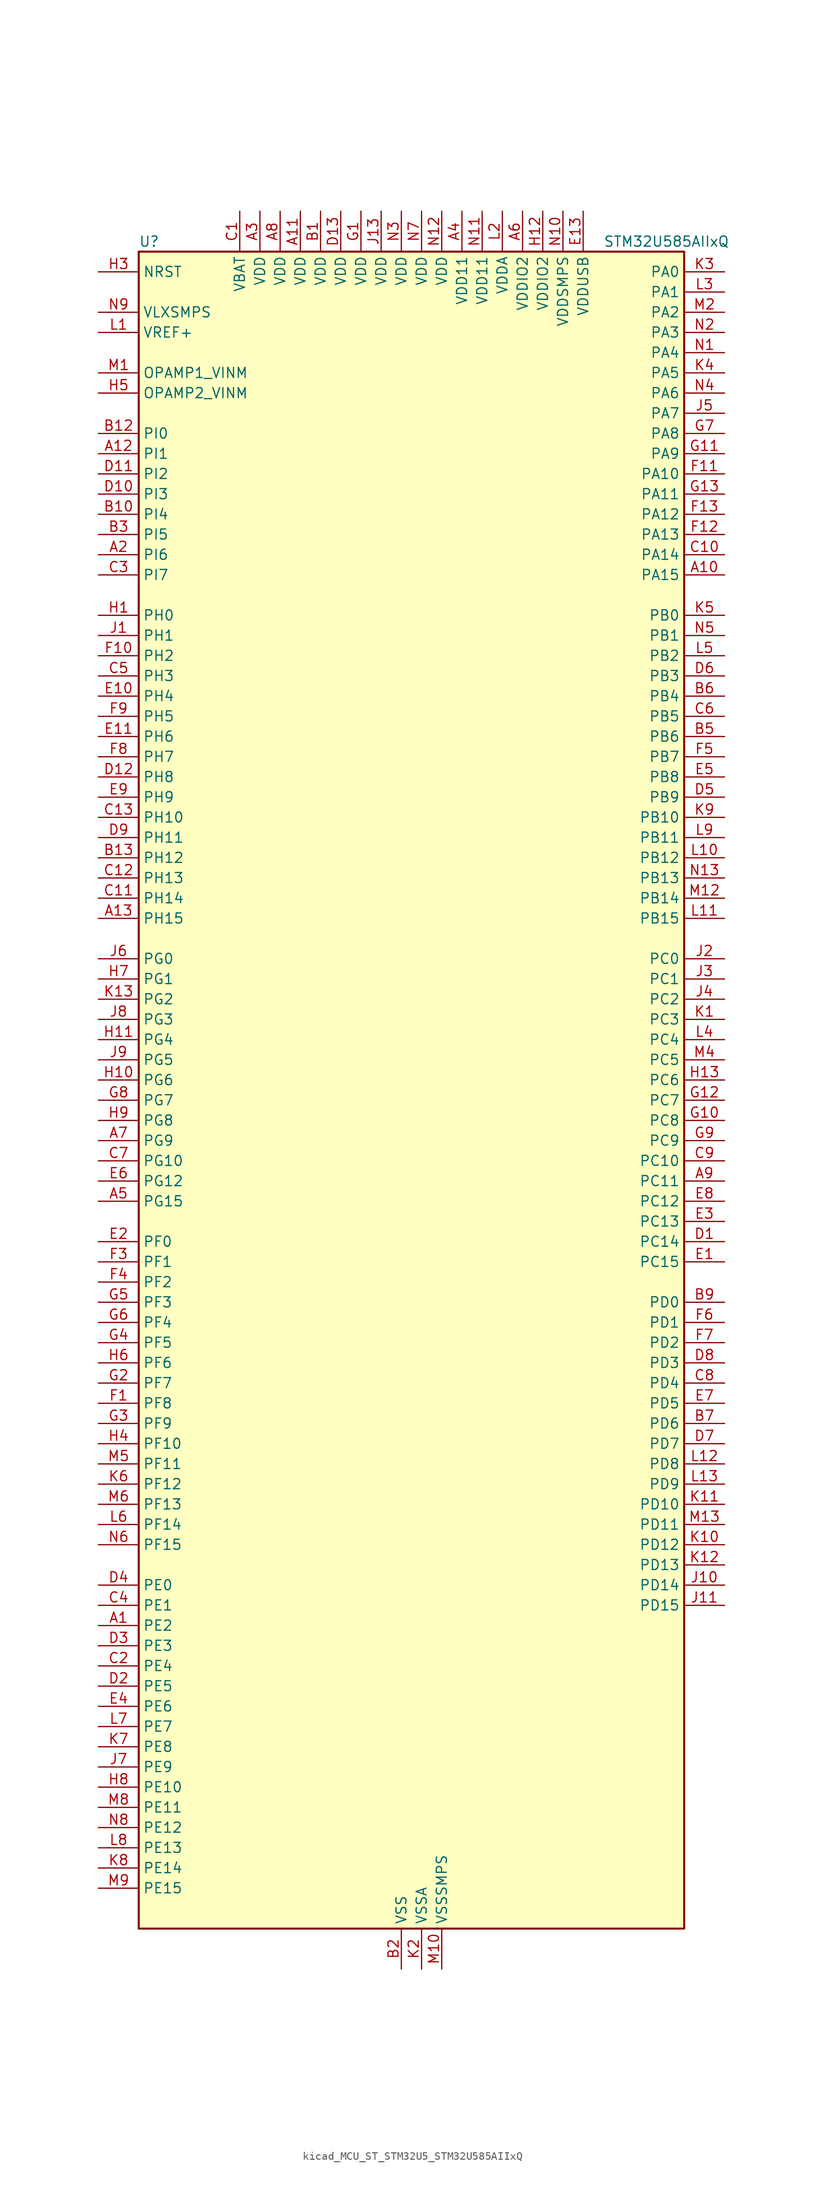
<source format=kicad_sym>
(kicad_symbol_lib
  (version 20220914)
  (generator kicad_symbol_editor)
  (symbol "kicad_MCU_ST_STM32U5_STM32U585AIIxQ"
    (property "Reference" "U"
      (at -33.02 107.95 0)
      (effects (font (size 1.27 1.27)) (justify left)))
    (property "Value" "STM32U585AIIxQ"
      (at 25.4 107.95 0)
      (effects (font (size 1.27 1.27)) (justify left)))
    (property "ki_locked" ""
      (at 0 0 0)
      (effects (font (size 1.27 1.27))))
    (symbol "kicad_MCU_ST_STM32U5_STM32U585AIIxQ_0_1"
      (rectangle (start -33.02 -104.14) (end 35.56 106.68) (stroke (width 0.254) (type default)) (fill (type background))))
    (symbol "kicad_MCU_ST_STM32U5_STM32U585AIIxQ_1_1"
      (pin bidirectional line (at -38.1 -66.04 0) (length 5.08) (name "PE2" (effects (font (size 1.27 1.27)))) (number "A1" (effects (font (size 1.27 1.27)))) (alternate "DEBUG_TRACECLK" bidirectional line) (alternate "FMC_A23" bidirectional line) (alternate "SAI1_CK1" bidirectional line) (alternate "SAI1_MCLK_A" bidirectional line) (alternate "TIM3_ETR" bidirectional line) (alternate "TSC_G7_IO1" bidirectional line))
      (pin bidirectional line (at 40.64 66.04 180) (length 5.08) (name "PA15" (effects (font (size 1.27 1.27)))) (number "A10" (effects (font (size 1.27 1.27)))) (alternate "ADC1_EXTI15" bidirectional line) (alternate "ADC4_EXTI15" bidirectional line) (alternate "DEBUG_JTDI" bidirectional line) (alternate "SAI2_FS_B" bidirectional line) (alternate "SPI1_NSS" bidirectional line) (alternate "SPI3_NSS" bidirectional line) (alternate "TIM2_CH1" bidirectional line) (alternate "TIM2_ETR" bidirectional line) (alternate "UART4_DE" bidirectional line) (alternate "UART4_RTS" bidirectional line) (alternate "UCPD1_CC1" bidirectional line) (alternate "USART2_RX" bidirectional line) (alternate "USART3_DE" bidirectional line) (alternate "USART3_RTS" bidirectional line))
      (pin power_in line (at -12.7 111.76 270) (length 5.08) (name "VDD" (effects (font (size 1.27 1.27)))) (number "A11" (effects (font (size 1.27 1.27)))))
      (pin bidirectional line (at -38.1 81.28 0) (length 5.08) (name "PI1" (effects (font (size 1.27 1.27)))) (number "A12" (effects (font (size 1.27 1.27)))) (alternate "DCMI_D8" bidirectional line) (alternate "OCTOSPIM_P2_IO2" bidirectional line) (alternate "PSSI_D8" bidirectional line) (alternate "SPI2_SCK" bidirectional line))
      (pin bidirectional line (at -38.1 22.86 0) (length 5.08) (name "PH15" (effects (font (size 1.27 1.27)))) (number "A13" (effects (font (size 1.27 1.27)))) (alternate "ADC1_EXTI15" bidirectional line) (alternate "ADC4_EXTI15" bidirectional line) (alternate "DCMI_D11" bidirectional line) (alternate "OCTOSPIM_P2_IO6" bidirectional line) (alternate "PSSI_D11" bidirectional line) (alternate "TIM8_CH3N" bidirectional line))
      (pin bidirectional line (at -38.1 68.58 0) (length 5.08) (name "PI6" (effects (font (size 1.27 1.27)))) (number "A2" (effects (font (size 1.27 1.27)))) (alternate "DCMI_D6" bidirectional line) (alternate "OCTOSPIM_P2_CLK" bidirectional line) (alternate "PSSI_D6" bidirectional line) (alternate "TIM8_CH2" bidirectional line))
      (pin power_in line (at -17.78 111.76 270) (length 5.08) (name "VDD" (effects (font (size 1.27 1.27)))) (number "A3" (effects (font (size 1.27 1.27)))))
      (pin power_in line (at 7.62 111.76 270) (length 5.08) (name "VDD11" (effects (font (size 1.27 1.27)))) (number "A4" (effects (font (size 1.27 1.27)))))
      (pin bidirectional line (at -38.1 -12.7 0) (length 5.08) (name "PG15" (effects (font (size 1.27 1.27)))) (number "A5" (effects (font (size 1.27 1.27)))) (alternate "ADC1_EXTI15" bidirectional line) (alternate "ADC4_EXTI15" bidirectional line) (alternate "DCMI_D13" bidirectional line) (alternate "I2C1_SMBA" bidirectional line) (alternate "LPTIM1_CH1" bidirectional line) (alternate "OCTOSPIM_P2_DQS" bidirectional line) (alternate "PSSI_D13" bidirectional line))
      (pin power_in line (at 15.24 111.76 270) (length 5.08) (name "VDDIO2" (effects (font (size 1.27 1.27)))) (number "A6" (effects (font (size 1.27 1.27)))))
      (pin bidirectional line (at -38.1 -5.08 0) (length 5.08) (name "PG9" (effects (font (size 1.27 1.27)))) (number "A7" (effects (font (size 1.27 1.27)))) (alternate "DAC1_EXTI9" bidirectional line) (alternate "FMC_NCE" bidirectional line) (alternate "FMC_NE2" bidirectional line) (alternate "OCTOSPIM_P2_IO6" bidirectional line) (alternate "SAI2_SCK_A" bidirectional line) (alternate "SPI3_SCK" bidirectional line) (alternate "TIM15_CH1N" bidirectional line) (alternate "USART1_TX" bidirectional line))
      (pin power_in line (at -15.24 111.76 270) (length 5.08) (name "VDD" (effects (font (size 1.27 1.27)))) (number "A8" (effects (font (size 1.27 1.27)))))
      (pin bidirectional line (at 40.64 -10.16 180) (length 5.08) (name "PC11" (effects (font (size 1.27 1.27)))) (number "A9" (effects (font (size 1.27 1.27)))) (alternate "ADC1_EXTI11" bidirectional line) (alternate "ADF1_SDI0" bidirectional line) (alternate "DCMI_D2" bidirectional line) (alternate "DCMI_D4" bidirectional line) (alternate "LPTIM3_IN1" bidirectional line) (alternate "OCTOSPIM_P1_NCS" bidirectional line) (alternate "PSSI_D2" bidirectional line) (alternate "PSSI_D4" bidirectional line) (alternate "SAI2_MCLK_B" bidirectional line) (alternate "SDMMC1_D3" bidirectional line) (alternate "SPI3_MISO" bidirectional line) (alternate "TSC_G3_IO3" bidirectional line) (alternate "UART4_RX" bidirectional line) (alternate "UCPD1_FRSTX2" bidirectional line) (alternate "USART3_RX" bidirectional line))
      (pin power_in line (at -10.16 111.76 270) (length 5.08) (name "VDD" (effects (font (size 1.27 1.27)))) (number "B1" (effects (font (size 1.27 1.27)))))
      (pin bidirectional line (at -38.1 73.66 0) (length 5.08) (name "PI4" (effects (font (size 1.27 1.27)))) (number "B10" (effects (font (size 1.27 1.27)))) (alternate "DCMI_D5" bidirectional line) (alternate "PSSI_D5" bidirectional line) (alternate "SPI2_RDY" bidirectional line) (alternate "TIM8_BKIN" bidirectional line))
      (pin passive line (at 0 -109.22 90) (length 5.08) hide (name "VSS" (effects (font (size 1.27 1.27)))) (number "B11" (effects (font (size 1.27 1.27)))))
      (pin bidirectional line (at -38.1 83.82 0) (length 5.08) (name "PI0" (effects (font (size 1.27 1.27)))) (number "B12" (effects (font (size 1.27 1.27)))) (alternate "DCMI_D13" bidirectional line) (alternate "OCTOSPIM_P1_IO5" bidirectional line) (alternate "PSSI_D13" bidirectional line) (alternate "SPI2_NSS" bidirectional line) (alternate "TIM5_CH4" bidirectional line))
      (pin bidirectional line (at -38.1 30.48 0) (length 5.08) (name "PH12" (effects (font (size 1.27 1.27)))) (number "B13" (effects (font (size 1.27 1.27)))) (alternate "DCMI_D3" bidirectional line) (alternate "OCTOSPIM_P2_IO7" bidirectional line) (alternate "PSSI_D3" bidirectional line) (alternate "TIM5_CH3" bidirectional line) (alternate "TIM8_CH4N" bidirectional line))
      (pin power_in line (at 0 -109.22 90) (length 5.08) (name "VSS" (effects (font (size 1.27 1.27)))) (number "B2" (effects (font (size 1.27 1.27)))))
      (pin bidirectional line (at -38.1 71.12 0) (length 5.08) (name "PI5" (effects (font (size 1.27 1.27)))) (number "B3" (effects (font (size 1.27 1.27)))) (alternate "DCMI_VSYNC" bidirectional line) (alternate "OCTOSPIM_P2_NCS" bidirectional line) (alternate "PSSI_RDY" bidirectional line) (alternate "TIM8_CH1" bidirectional line))
      (pin passive line (at 0 -109.22 90) (length 5.08) hide (name "VSS" (effects (font (size 1.27 1.27)))) (number "B4" (effects (font (size 1.27 1.27)))))
      (pin bidirectional line (at 40.64 45.72 180) (length 5.08) (name "PB6" (effects (font (size 1.27 1.27)))) (number "B5" (effects (font (size 1.27 1.27)))) (alternate "COMP2_INP" bidirectional line) (alternate "DCMI_D5" bidirectional line) (alternate "I2C1_SCL" bidirectional line) (alternate "I2C4_SCL" bidirectional line) (alternate "LPTIM1_ETR" bidirectional line) (alternate "MDF1_SDI5" bidirectional line) (alternate "PSSI_D5" bidirectional line) (alternate "PWR_WKUP3" bidirectional line) (alternate "SAI1_FS_B" bidirectional line) (alternate "TIM16_CH1N" bidirectional line) (alternate "TIM4_CH1" bidirectional line) (alternate "TIM8_BKIN2" bidirectional line) (alternate "TSC_G2_IO3" bidirectional line) (alternate "USART1_TX" bidirectional line))
      (pin bidirectional line (at 40.64 50.8 180) (length 5.08) (name "PB4" (effects (font (size 1.27 1.27)))) (number "B6" (effects (font (size 1.27 1.27)))) (alternate "ADF1_SDI0" bidirectional line) (alternate "COMP2_INP" bidirectional line) (alternate "DCMI_D12" bidirectional line) (alternate "DEBUG_JTRST" bidirectional line) (alternate "I2C3_SDA" bidirectional line) (alternate "LPTIM1_CH2" bidirectional line) (alternate "PSSI_D12" bidirectional line) (alternate "SAI1_MCLK_B" bidirectional line) (alternate "SDMMC2_D3" bidirectional line) (alternate "SPI1_MISO" bidirectional line) (alternate "SPI3_MISO" bidirectional line) (alternate "TIM17_BKIN" bidirectional line) (alternate "TIM3_CH1" bidirectional line) (alternate "TSC_G2_IO1" bidirectional line) (alternate "UART5_DE" bidirectional line) (alternate "UART5_RTS" bidirectional line) (alternate "USART1_CTS" bidirectional line))
      (pin bidirectional line (at 40.64 -40.64 180) (length 5.08) (name "PD6" (effects (font (size 1.27 1.27)))) (number "B7" (effects (font (size 1.27 1.27)))) (alternate "DCMI_D10" bidirectional line) (alternate "FMC_NWAIT" bidirectional line) (alternate "MDF1_SDI1" bidirectional line) (alternate "OCTOSPIM_P1_IO6" bidirectional line) (alternate "PSSI_D10" bidirectional line) (alternate "SAI1_D1" bidirectional line) (alternate "SAI1_SD_A" bidirectional line) (alternate "SDMMC2_CK" bidirectional line) (alternate "SPI3_MOSI" bidirectional line) (alternate "USART2_RX" bidirectional line))
      (pin passive line (at 0 -109.22 90) (length 5.08) hide (name "VSS" (effects (font (size 1.27 1.27)))) (number "B8" (effects (font (size 1.27 1.27)))))
      (pin bidirectional line (at 40.64 -25.4 180) (length 5.08) (name "PD0" (effects (font (size 1.27 1.27)))) (number "B9" (effects (font (size 1.27 1.27)))) (alternate "FDCAN1_RX" bidirectional line) (alternate "FMC_D2" bidirectional line) (alternate "FMC_DA2" bidirectional line) (alternate "SPI2_NSS" bidirectional line) (alternate "TIM8_CH4N" bidirectional line))
      (pin power_in line (at -20.32 111.76 270) (length 5.08) (name "VBAT" (effects (font (size 1.27 1.27)))) (number "C1" (effects (font (size 1.27 1.27)))))
      (pin bidirectional line (at 40.64 68.58 180) (length 5.08) (name "PA14" (effects (font (size 1.27 1.27)))) (number "C10" (effects (font (size 1.27 1.27)))) (alternate "DEBUG_JTCK-SWCLK" bidirectional line) (alternate "I2C1_SMBA" bidirectional line) (alternate "I2C4_SMBA" bidirectional line) (alternate "LPTIM1_CH1" bidirectional line) (alternate "SAI1_FS_B" bidirectional line) (alternate "USB_OTG_FS_SOF" bidirectional line))
      (pin bidirectional line (at -38.1 25.4 0) (length 5.08) (name "PH14" (effects (font (size 1.27 1.27)))) (number "C11" (effects (font (size 1.27 1.27)))) (alternate "DCMI_D4" bidirectional line) (alternate "FDCAN1_RX" bidirectional line) (alternate "PSSI_D4" bidirectional line) (alternate "TIM8_CH2N" bidirectional line))
      (pin bidirectional line (at -38.1 27.94 0) (length 5.08) (name "PH13" (effects (font (size 1.27 1.27)))) (number "C12" (effects (font (size 1.27 1.27)))) (alternate "FDCAN1_TX" bidirectional line) (alternate "TIM8_CH1N" bidirectional line))
      (pin bidirectional line (at -38.1 35.56 0) (length 5.08) (name "PH10" (effects (font (size 1.27 1.27)))) (number "C13" (effects (font (size 1.27 1.27)))) (alternate "DCMI_D1" bidirectional line) (alternate "OCTOSPIM_P2_IO5" bidirectional line) (alternate "PSSI_D1" bidirectional line) (alternate "TIM5_CH1" bidirectional line))
      (pin bidirectional line (at -38.1 -71.12 0) (length 5.08) (name "PE4" (effects (font (size 1.27 1.27)))) (number "C2" (effects (font (size 1.27 1.27)))) (alternate "DCMI_D4" bidirectional line) (alternate "DEBUG_TRACED1" bidirectional line) (alternate "FMC_A20" bidirectional line) (alternate "MDF1_SDI3" bidirectional line) (alternate "PSSI_D4" bidirectional line) (alternate "PWR_WKUP1" bidirectional line) (alternate "SAI1_D2" bidirectional line) (alternate "SAI1_FS_A" bidirectional line) (alternate "TAMP_IN7" bidirectional line) (alternate "TAMP_OUT8" bidirectional line) (alternate "TIM3_CH2" bidirectional line) (alternate "TSC_G7_IO3" bidirectional line))
      (pin bidirectional line (at -38.1 66.04 0) (length 5.08) (name "PI7" (effects (font (size 1.27 1.27)))) (number "C3" (effects (font (size 1.27 1.27)))) (alternate "DCMI_D7" bidirectional line) (alternate "OCTOSPIM_P2_NCLK" bidirectional line) (alternate "PSSI_D7" bidirectional line) (alternate "TIM8_CH3" bidirectional line))
      (pin bidirectional line (at -38.1 -63.5 0) (length 5.08) (name "PE1" (effects (font (size 1.27 1.27)))) (number "C4" (effects (font (size 1.27 1.27)))) (alternate "DCMI_D3" bidirectional line) (alternate "FMC_NBL1" bidirectional line) (alternate "PSSI_D3" bidirectional line) (alternate "TIM17_CH1" bidirectional line))
      (pin bidirectional line (at -38.1 53.34 0) (length 5.08) (name "PH3" (effects (font (size 1.27 1.27)))) (number "C5" (effects (font (size 1.27 1.27)))))
      (pin bidirectional line (at 40.64 48.26 180) (length 5.08) (name "PB5" (effects (font (size 1.27 1.27)))) (number "C6" (effects (font (size 1.27 1.27)))) (alternate "COMP2_OUT" bidirectional line) (alternate "DCMI_D10" bidirectional line) (alternate "I2C1_SMBA" bidirectional line) (alternate "LPTIM1_IN1" bidirectional line) (alternate "OCTOSPIM_P1_NCLK" bidirectional line) (alternate "PSSI_D10" bidirectional line) (alternate "PWR_WKUP6" bidirectional line) (alternate "SAI1_SD_B" bidirectional line) (alternate "SPI1_MOSI" bidirectional line) (alternate "SPI3_MOSI" bidirectional line) (alternate "TIM16_BKIN" bidirectional line) (alternate "TIM3_CH2" bidirectional line) (alternate "TSC_G2_IO2" bidirectional line) (alternate "UART5_CTS" bidirectional line) (alternate "UCPD1_DBCC1" bidirectional line) (alternate "USART1_CK" bidirectional line))
      (pin bidirectional line (at -38.1 -7.62 0) (length 5.08) (name "PG10" (effects (font (size 1.27 1.27)))) (number "C7" (effects (font (size 1.27 1.27)))) (alternate "FMC_NE3" bidirectional line) (alternate "LPTIM1_IN1" bidirectional line) (alternate "OCTOSPIM_P2_IO7" bidirectional line) (alternate "SAI2_FS_A" bidirectional line) (alternate "SPI3_MISO" bidirectional line) (alternate "TIM15_CH1" bidirectional line) (alternate "USART1_RX" bidirectional line))
      (pin bidirectional line (at 40.64 -35.56 180) (length 5.08) (name "PD4" (effects (font (size 1.27 1.27)))) (number "C8" (effects (font (size 1.27 1.27)))) (alternate "FMC_NOE" bidirectional line) (alternate "MDF1_CKI0" bidirectional line) (alternate "OCTOSPIM_P1_IO4" bidirectional line) (alternate "SPI2_MOSI" bidirectional line) (alternate "USART2_DE" bidirectional line) (alternate "USART2_RTS" bidirectional line))
      (pin bidirectional line (at 40.64 -7.62 180) (length 5.08) (name "PC10" (effects (font (size 1.27 1.27)))) (number "C9" (effects (font (size 1.27 1.27)))) (alternate "ADF1_CCK1" bidirectional line) (alternate "DCMI_D8" bidirectional line) (alternate "DEBUG_TRACED1" bidirectional line) (alternate "LPTIM3_ETR" bidirectional line) (alternate "PSSI_D8" bidirectional line) (alternate "SAI2_SCK_B" bidirectional line) (alternate "SDMMC1_D2" bidirectional line) (alternate "SPI3_SCK" bidirectional line) (alternate "TSC_G3_IO2" bidirectional line) (alternate "UART4_TX" bidirectional line) (alternate "USART3_TX" bidirectional line))
      (pin bidirectional line (at 40.64 -17.78 180) (length 5.08) (name "PC14" (effects (font (size 1.27 1.27)))) (number "D1" (effects (font (size 1.27 1.27)))) (alternate "RCC_OSC32_IN" bidirectional line))
      (pin bidirectional line (at -38.1 76.2 0) (length 5.08) (name "PI3" (effects (font (size 1.27 1.27)))) (number "D10" (effects (font (size 1.27 1.27)))) (alternate "DCMI_D10" bidirectional line) (alternate "OCTOSPIM_P2_IO0" bidirectional line) (alternate "PSSI_D10" bidirectional line) (alternate "SPI2_MOSI" bidirectional line) (alternate "TIM8_ETR" bidirectional line))
      (pin bidirectional line (at -38.1 78.74 0) (length 5.08) (name "PI2" (effects (font (size 1.27 1.27)))) (number "D11" (effects (font (size 1.27 1.27)))) (alternate "DCMI_D9" bidirectional line) (alternate "OCTOSPIM_P2_IO1" bidirectional line) (alternate "PSSI_D9" bidirectional line) (alternate "SPI2_MISO" bidirectional line) (alternate "TIM8_CH4" bidirectional line))
      (pin bidirectional line (at -38.1 40.64 0) (length 5.08) (name "PH8" (effects (font (size 1.27 1.27)))) (number "D12" (effects (font (size 1.27 1.27)))) (alternate "DCMI_HSYNC" bidirectional line) (alternate "I2C3_SDA" bidirectional line) (alternate "OCTOSPIM_P2_IO3" bidirectional line) (alternate "PSSI_DE" bidirectional line))
      (pin power_in line (at -7.62 111.76 270) (length 5.08) (name "VDD" (effects (font (size 1.27 1.27)))) (number "D13" (effects (font (size 1.27 1.27)))))
      (pin bidirectional line (at -38.1 -73.66 0) (length 5.08) (name "PE5" (effects (font (size 1.27 1.27)))) (number "D2" (effects (font (size 1.27 1.27)))) (alternate "DCMI_D6" bidirectional line) (alternate "DEBUG_TRACED2" bidirectional line) (alternate "FMC_A21" bidirectional line) (alternate "MDF1_CKI3" bidirectional line) (alternate "PSSI_D6" bidirectional line) (alternate "PWR_WKUP2" bidirectional line) (alternate "SAI1_CK2" bidirectional line) (alternate "SAI1_SCK_A" bidirectional line) (alternate "TAMP_IN8" bidirectional line) (alternate "TAMP_OUT7" bidirectional line) (alternate "TIM3_CH3" bidirectional line) (alternate "TSC_G7_IO4" bidirectional line))
      (pin bidirectional line (at -38.1 -68.58 0) (length 5.08) (name "PE3" (effects (font (size 1.27 1.27)))) (number "D3" (effects (font (size 1.27 1.27)))) (alternate "DEBUG_TRACED0" bidirectional line) (alternate "FMC_A19" bidirectional line) (alternate "OCTOSPIM_P1_DQS" bidirectional line) (alternate "SAI1_SD_B" bidirectional line) (alternate "TAMP_IN6" bidirectional line) (alternate "TAMP_OUT3" bidirectional line) (alternate "TIM3_CH1" bidirectional line) (alternate "TSC_G7_IO2" bidirectional line))
      (pin bidirectional line (at -38.1 -60.96 0) (length 5.08) (name "PE0" (effects (font (size 1.27 1.27)))) (number "D4" (effects (font (size 1.27 1.27)))) (alternate "DCMI_D2" bidirectional line) (alternate "FMC_NBL0" bidirectional line) (alternate "PSSI_D2" bidirectional line) (alternate "TIM16_CH1" bidirectional line) (alternate "TIM4_ETR" bidirectional line))
      (pin bidirectional line (at 40.64 38.1 180) (length 5.08) (name "PB9" (effects (font (size 1.27 1.27)))) (number "D5" (effects (font (size 1.27 1.27)))) (alternate "DAC1_EXTI9" bidirectional line) (alternate "DCMI_D7" bidirectional line) (alternate "FDCAN1_TX" bidirectional line) (alternate "I2C1_SDA" bidirectional line) (alternate "IR_OUT" bidirectional line) (alternate "PSSI_D7" bidirectional line) (alternate "SAI1_D2" bidirectional line) (alternate "SAI1_FS_A" bidirectional line) (alternate "SDMMC1_CDIR" bidirectional line) (alternate "SDMMC1_D5" bidirectional line) (alternate "SDMMC2_D5" bidirectional line) (alternate "SPI2_NSS" bidirectional line) (alternate "TIM17_CH1" bidirectional line) (alternate "TIM4_CH4" bidirectional line))
      (pin bidirectional line (at 40.64 53.34 180) (length 5.08) (name "PB3" (effects (font (size 1.27 1.27)))) (number "D6" (effects (font (size 1.27 1.27)))) (alternate "ADF1_CCK0" bidirectional line) (alternate "COMP2_INM" bidirectional line) (alternate "CRS_SYNC" bidirectional line) (alternate "DEBUG_JTDO-SWO" bidirectional line) (alternate "I2C1_SDA" bidirectional line) (alternate "LPTIM1_CH1" bidirectional line) (alternate "SAI1_SCK_B" bidirectional line) (alternate "SDMMC2_D2" bidirectional line) (alternate "SPI1_SCK" bidirectional line) (alternate "SPI3_SCK" bidirectional line) (alternate "TIM2_CH2" bidirectional line) (alternate "USART1_DE" bidirectional line) (alternate "USART1_RTS" bidirectional line))
      (pin bidirectional line (at 40.64 -43.18 180) (length 5.08) (name "PD7" (effects (font (size 1.27 1.27)))) (number "D7" (effects (font (size 1.27 1.27)))) (alternate "FMC_NCE" bidirectional line) (alternate "FMC_NE1" bidirectional line) (alternate "LPTIM4_OUT" bidirectional line) (alternate "MDF1_CKI1" bidirectional line) (alternate "OCTOSPIM_P1_IO7" bidirectional line) (alternate "SDMMC2_CMD" bidirectional line) (alternate "USART2_CK" bidirectional line))
      (pin bidirectional line (at 40.64 -33.02 180) (length 5.08) (name "PD3" (effects (font (size 1.27 1.27)))) (number "D8" (effects (font (size 1.27 1.27)))) (alternate "DCMI_D5" bidirectional line) (alternate "FMC_CLK" bidirectional line) (alternate "MDF1_SDI0" bidirectional line) (alternate "OCTOSPIM_P2_NCS" bidirectional line) (alternate "PSSI_D5" bidirectional line) (alternate "SPI2_MISO" bidirectional line) (alternate "SPI2_SCK" bidirectional line) (alternate "USART2_CTS" bidirectional line))
      (pin bidirectional line (at -38.1 33.02 0) (length 5.08) (name "PH11" (effects (font (size 1.27 1.27)))) (number "D9" (effects (font (size 1.27 1.27)))) (alternate "ADC1_EXTI11" bidirectional line) (alternate "DCMI_D2" bidirectional line) (alternate "OCTOSPIM_P2_IO6" bidirectional line) (alternate "PSSI_D2" bidirectional line) (alternate "TIM5_CH2" bidirectional line))
      (pin bidirectional line (at 40.64 -20.32 180) (length 5.08) (name "PC15" (effects (font (size 1.27 1.27)))) (number "E1" (effects (font (size 1.27 1.27)))) (alternate "ADC1_EXTI15" bidirectional line) (alternate "ADC4_EXTI15" bidirectional line) (alternate "RCC_OSC32_OUT" bidirectional line))
      (pin bidirectional line (at -38.1 50.8 0) (length 5.08) (name "PH4" (effects (font (size 1.27 1.27)))) (number "E10" (effects (font (size 1.27 1.27)))) (alternate "I2C2_SCL" bidirectional line) (alternate "OCTOSPIM_P2_DQS" bidirectional line) (alternate "PSSI_D14" bidirectional line))
      (pin bidirectional line (at -38.1 45.72 0) (length 5.08) (name "PH6" (effects (font (size 1.27 1.27)))) (number "E11" (effects (font (size 1.27 1.27)))) (alternate "DCMI_D8" bidirectional line) (alternate "I2C2_SMBA" bidirectional line) (alternate "OCTOSPIM_P2_CLK" bidirectional line) (alternate "PSSI_D8" bidirectional line))
      (pin passive line (at 0 -109.22 90) (length 5.08) hide (name "VSS" (effects (font (size 1.27 1.27)))) (number "E12" (effects (font (size 1.27 1.27)))))
      (pin power_in line (at 22.86 111.76 270) (length 5.08) (name "VDDUSB" (effects (font (size 1.27 1.27)))) (number "E13" (effects (font (size 1.27 1.27)))))
      (pin bidirectional line (at -38.1 -17.78 0) (length 5.08) (name "PF0" (effects (font (size 1.27 1.27)))) (number "E2" (effects (font (size 1.27 1.27)))) (alternate "FMC_A0" bidirectional line) (alternate "I2C2_SDA" bidirectional line) (alternate "OCTOSPIM_P2_IO0" bidirectional line))
      (pin bidirectional line (at 40.64 -15.24 180) (length 5.08) (name "PC13" (effects (font (size 1.27 1.27)))) (number "E3" (effects (font (size 1.27 1.27)))) (alternate "PWR_WKUP2" bidirectional line) (alternate "RTC_OUT1" bidirectional line) (alternate "RTC_TS" bidirectional line) (alternate "TAMP_IN1" bidirectional line) (alternate "TAMP_OUT2" bidirectional line))
      (pin bidirectional line (at -38.1 -76.2 0) (length 5.08) (name "PE6" (effects (font (size 1.27 1.27)))) (number "E4" (effects (font (size 1.27 1.27)))) (alternate "DCMI_D7" bidirectional line) (alternate "DEBUG_TRACED3" bidirectional line) (alternate "FMC_A22" bidirectional line) (alternate "PSSI_D7" bidirectional line) (alternate "PWR_WKUP3" bidirectional line) (alternate "SAI1_D1" bidirectional line) (alternate "SAI1_SD_A" bidirectional line) (alternate "TAMP_IN3" bidirectional line) (alternate "TAMP_OUT6" bidirectional line) (alternate "TIM3_CH4" bidirectional line))
      (pin bidirectional line (at 40.64 40.64 180) (length 5.08) (name "PB8" (effects (font (size 1.27 1.27)))) (number "E5" (effects (font (size 1.27 1.27)))) (alternate "DCMI_D6" bidirectional line) (alternate "FDCAN1_RX" bidirectional line) (alternate "I2C1_SCL" bidirectional line) (alternate "MDF1_CCK0" bidirectional line) (alternate "PSSI_D6" bidirectional line) (alternate "PWR_WKUP5" bidirectional line) (alternate "SAI1_CK1" bidirectional line) (alternate "SAI1_MCLK_A" bidirectional line) (alternate "SDMMC1_CKIN" bidirectional line) (alternate "SDMMC1_D4" bidirectional line) (alternate "SDMMC2_D4" bidirectional line) (alternate "SPI3_RDY" bidirectional line) (alternate "TIM16_CH1" bidirectional line) (alternate "TIM4_CH3" bidirectional line))
      (pin bidirectional line (at -38.1 -10.16 0) (length 5.08) (name "PG12" (effects (font (size 1.27 1.27)))) (number "E6" (effects (font (size 1.27 1.27)))) (alternate "FMC_NE4" bidirectional line) (alternate "LPTIM1_ETR" bidirectional line) (alternate "OCTOSPIM_P2_NCS" bidirectional line) (alternate "SAI2_SD_A" bidirectional line) (alternate "SPI3_NSS" bidirectional line) (alternate "USART1_DE" bidirectional line) (alternate "USART1_RTS" bidirectional line))
      (pin bidirectional line (at 40.64 -38.1 180) (length 5.08) (name "PD5" (effects (font (size 1.27 1.27)))) (number "E7" (effects (font (size 1.27 1.27)))) (alternate "FMC_NWE" bidirectional line) (alternate "OCTOSPIM_P1_IO5" bidirectional line) (alternate "SPI2_RDY" bidirectional line) (alternate "USART2_TX" bidirectional line))
      (pin bidirectional line (at 40.64 -12.7 180) (length 5.08) (name "PC12" (effects (font (size 1.27 1.27)))) (number "E8" (effects (font (size 1.27 1.27)))) (alternate "DCMI_D9" bidirectional line) (alternate "DEBUG_TRACED3" bidirectional line) (alternate "PSSI_D9" bidirectional line) (alternate "SAI2_SD_B" bidirectional line) (alternate "SDMMC1_CK" bidirectional line) (alternate "SPI3_MOSI" bidirectional line) (alternate "TSC_G3_IO4" bidirectional line) (alternate "UART5_TX" bidirectional line) (alternate "USART3_CK" bidirectional line))
      (pin bidirectional line (at -38.1 38.1 0) (length 5.08) (name "PH9" (effects (font (size 1.27 1.27)))) (number "E9" (effects (font (size 1.27 1.27)))) (alternate "DAC1_EXTI9" bidirectional line) (alternate "DCMI_D0" bidirectional line) (alternate "I2C3_SMBA" bidirectional line) (alternate "OCTOSPIM_P2_IO4" bidirectional line) (alternate "PSSI_D0" bidirectional line))
      (pin bidirectional line (at -38.1 -38.1 0) (length 5.08) (name "PF8" (effects (font (size 1.27 1.27)))) (number "F1" (effects (font (size 1.27 1.27)))) (alternate "FDCAN1_TX" bidirectional line) (alternate "OCTOSPIM_P1_IO0" bidirectional line) (alternate "PSSI_D14" bidirectional line) (alternate "SAI1_SCK_B" bidirectional line) (alternate "TIM5_CH3" bidirectional line))
      (pin bidirectional line (at -38.1 55.88 0) (length 5.08) (name "PH2" (effects (font (size 1.27 1.27)))) (number "F10" (effects (font (size 1.27 1.27)))) (alternate "OCTOSPIM_P1_IO4" bidirectional line))
      (pin bidirectional line (at 40.64 78.74 180) (length 5.08) (name "PA10" (effects (font (size 1.27 1.27)))) (number "F11" (effects (font (size 1.27 1.27)))) (alternate "CRS_SYNC" bidirectional line) (alternate "DCMI_D1" bidirectional line) (alternate "LPTIM2_IN2" bidirectional line) (alternate "PSSI_D1" bidirectional line) (alternate "SAI1_D1" bidirectional line) (alternate "SAI1_SD_A" bidirectional line) (alternate "TIM17_BKIN" bidirectional line) (alternate "TIM1_CH3" bidirectional line) (alternate "USART1_RX" bidirectional line) (alternate "USB_OTG_FS_ID" bidirectional line))
      (pin bidirectional line (at 40.64 71.12 180) (length 5.08) (name "PA13" (effects (font (size 1.27 1.27)))) (number "F12" (effects (font (size 1.27 1.27)))) (alternate "DEBUG_JTMS-SWDIO" bidirectional line) (alternate "IR_OUT" bidirectional line) (alternate "SAI1_SD_B" bidirectional line) (alternate "USB_OTG_FS_NOE" bidirectional line))
      (pin bidirectional line (at 40.64 73.66 180) (length 5.08) (name "PA12" (effects (font (size 1.27 1.27)))) (number "F13" (effects (font (size 1.27 1.27)))) (alternate "FDCAN1_TX" bidirectional line) (alternate "OCTOSPIM_P2_NCS" bidirectional line) (alternate "SPI1_MOSI" bidirectional line) (alternate "TIM1_ETR" bidirectional line) (alternate "USART1_DE" bidirectional line) (alternate "USART1_RTS" bidirectional line) (alternate "USB_OTG_FS_DP" bidirectional line))
      (pin passive line (at 0 -109.22 90) (length 5.08) hide (name "VSS" (effects (font (size 1.27 1.27)))) (number "F2" (effects (font (size 1.27 1.27)))))
      (pin bidirectional line (at -38.1 -20.32 0) (length 5.08) (name "PF1" (effects (font (size 1.27 1.27)))) (number "F3" (effects (font (size 1.27 1.27)))) (alternate "FMC_A1" bidirectional line) (alternate "I2C2_SCL" bidirectional line) (alternate "OCTOSPIM_P2_IO1" bidirectional line))
      (pin bidirectional line (at -38.1 -22.86 0) (length 5.08) (name "PF2" (effects (font (size 1.27 1.27)))) (number "F4" (effects (font (size 1.27 1.27)))) (alternate "FMC_A2" bidirectional line) (alternate "I2C2_SMBA" bidirectional line) (alternate "LPTIM3_CH2" bidirectional line) (alternate "OCTOSPIM_P2_IO2" bidirectional line) (alternate "PWR_WKUP8" bidirectional line))
      (pin bidirectional line (at 40.64 43.18 180) (length 5.08) (name "PB7" (effects (font (size 1.27 1.27)))) (number "F5" (effects (font (size 1.27 1.27)))) (alternate "COMP2_INM" bidirectional line) (alternate "DCMI_VSYNC" bidirectional line) (alternate "FMC_NL" bidirectional line) (alternate "I2C1_SDA" bidirectional line) (alternate "I2C4_SDA" bidirectional line) (alternate "LPTIM1_IN2" bidirectional line) (alternate "MDF1_CKI5" bidirectional line) (alternate "PSSI_RDY" bidirectional line) (alternate "PWR_PVD_IN" bidirectional line) (alternate "PWR_WKUP4" bidirectional line) (alternate "TIM17_CH1N" bidirectional line) (alternate "TIM4_CH2" bidirectional line) (alternate "TIM8_BKIN" bidirectional line) (alternate "TSC_G2_IO4" bidirectional line) (alternate "UART4_CTS" bidirectional line) (alternate "USART1_RX" bidirectional line))
      (pin bidirectional line (at 40.64 -27.94 180) (length 5.08) (name "PD1" (effects (font (size 1.27 1.27)))) (number "F6" (effects (font (size 1.27 1.27)))) (alternate "FDCAN1_TX" bidirectional line) (alternate "FMC_D3" bidirectional line) (alternate "FMC_DA3" bidirectional line) (alternate "SPI2_SCK" bidirectional line))
      (pin bidirectional line (at 40.64 -30.48 180) (length 5.08) (name "PD2" (effects (font (size 1.27 1.27)))) (number "F7" (effects (font (size 1.27 1.27)))) (alternate "DCMI_D11" bidirectional line) (alternate "DEBUG_TRACED2" bidirectional line) (alternate "LPTIM4_ETR" bidirectional line) (alternate "PSSI_D11" bidirectional line) (alternate "SDMMC1_CMD" bidirectional line) (alternate "TIM3_ETR" bidirectional line) (alternate "TSC_SYNC" bidirectional line) (alternate "UART5_RX" bidirectional line) (alternate "USART3_DE" bidirectional line) (alternate "USART3_RTS" bidirectional line))
      (pin bidirectional line (at -38.1 43.18 0) (length 5.08) (name "PH7" (effects (font (size 1.27 1.27)))) (number "F8" (effects (font (size 1.27 1.27)))) (alternate "DCMI_D9" bidirectional line) (alternate "I2C3_SCL" bidirectional line) (alternate "OCTOSPIM_P2_NCLK" bidirectional line) (alternate "PSSI_D9" bidirectional line))
      (pin bidirectional line (at -38.1 48.26 0) (length 5.08) (name "PH5" (effects (font (size 1.27 1.27)))) (number "F9" (effects (font (size 1.27 1.27)))) (alternate "DCMI_PIXCLK" bidirectional line) (alternate "I2C2_SDA" bidirectional line) (alternate "PSSI_PDCK" bidirectional line))
      (pin power_in line (at -5.08 111.76 270) (length 5.08) (name "VDD" (effects (font (size 1.27 1.27)))) (number "G1" (effects (font (size 1.27 1.27)))))
      (pin bidirectional line (at 40.64 -2.54 180) (length 5.08) (name "PC8" (effects (font (size 1.27 1.27)))) (number "G10" (effects (font (size 1.27 1.27)))) (alternate "DCMI_D2" bidirectional line) (alternate "LPTIM3_CH1" bidirectional line) (alternate "PSSI_D2" bidirectional line) (alternate "PWR_SRDSTOP" bidirectional line) (alternate "SDMMC1_D0" bidirectional line) (alternate "TIM3_CH3" bidirectional line) (alternate "TIM8_CH3" bidirectional line) (alternate "TSC_G4_IO3" bidirectional line))
      (pin bidirectional line (at 40.64 81.28 180) (length 5.08) (name "PA9" (effects (font (size 1.27 1.27)))) (number "G11" (effects (font (size 1.27 1.27)))) (alternate "DAC1_EXTI9" bidirectional line) (alternate "DCMI_D0" bidirectional line) (alternate "PSSI_D0" bidirectional line) (alternate "SAI1_FS_A" bidirectional line) (alternate "SPI2_SCK" bidirectional line) (alternate "TIM15_BKIN" bidirectional line) (alternate "TIM1_CH2" bidirectional line) (alternate "USART1_TX" bidirectional line) (alternate "USB_OTG_FS_VBUS" bidirectional line))
      (pin bidirectional line (at 40.64 0 180) (length 5.08) (name "PC7" (effects (font (size 1.27 1.27)))) (number "G12" (effects (font (size 1.27 1.27)))) (alternate "DCMI_D1" bidirectional line) (alternate "LPTIM2_CH2" bidirectional line) (alternate "MDF1_SDI3" bidirectional line) (alternate "PSSI_D1" bidirectional line) (alternate "PWR_CDSTOP" bidirectional line) (alternate "SAI2_MCLK_B" bidirectional line) (alternate "SDMMC1_D123DIR" bidirectional line) (alternate "SDMMC1_D7" bidirectional line) (alternate "SDMMC2_D7" bidirectional line) (alternate "TIM3_CH2" bidirectional line) (alternate "TIM8_CH2" bidirectional line) (alternate "TSC_G4_IO2" bidirectional line))
      (pin bidirectional line (at 40.64 76.2 180) (length 5.08) (name "PA11" (effects (font (size 1.27 1.27)))) (number "G13" (effects (font (size 1.27 1.27)))) (alternate "ADC1_EXTI11" bidirectional line) (alternate "FDCAN1_RX" bidirectional line) (alternate "SPI1_MISO" bidirectional line) (alternate "TIM1_BKIN2" bidirectional line) (alternate "TIM1_CH4" bidirectional line) (alternate "USART1_CTS" bidirectional line) (alternate "USB_OTG_FS_DM" bidirectional line))
      (pin bidirectional line (at -38.1 -35.56 0) (length 5.08) (name "PF7" (effects (font (size 1.27 1.27)))) (number "G2" (effects (font (size 1.27 1.27)))) (alternate "FDCAN1_RX" bidirectional line) (alternate "OCTOSPIM_P1_IO2" bidirectional line) (alternate "SAI1_MCLK_B" bidirectional line) (alternate "TIM5_CH2" bidirectional line))
      (pin bidirectional line (at -38.1 -40.64 0) (length 5.08) (name "PF9" (effects (font (size 1.27 1.27)))) (number "G3" (effects (font (size 1.27 1.27)))) (alternate "DAC1_EXTI9" bidirectional line) (alternate "OCTOSPIM_P1_IO1" bidirectional line) (alternate "PSSI_D15" bidirectional line) (alternate "SAI1_FS_B" bidirectional line) (alternate "TIM15_CH1" bidirectional line) (alternate "TIM5_CH4" bidirectional line))
      (pin bidirectional line (at -38.1 -30.48 0) (length 5.08) (name "PF5" (effects (font (size 1.27 1.27)))) (number "G4" (effects (font (size 1.27 1.27)))) (alternate "FMC_A5" bidirectional line) (alternate "LPTIM3_CH1" bidirectional line) (alternate "OCTOSPIM_P2_NCLK" bidirectional line))
      (pin bidirectional line (at -38.1 -25.4 0) (length 5.08) (name "PF3" (effects (font (size 1.27 1.27)))) (number "G5" (effects (font (size 1.27 1.27)))) (alternate "FMC_A3" bidirectional line) (alternate "LPTIM3_IN1" bidirectional line) (alternate "OCTOSPIM_P2_IO3" bidirectional line))
      (pin bidirectional line (at -38.1 -27.94 0) (length 5.08) (name "PF4" (effects (font (size 1.27 1.27)))) (number "G6" (effects (font (size 1.27 1.27)))) (alternate "FMC_A4" bidirectional line) (alternate "LPTIM3_ETR" bidirectional line) (alternate "OCTOSPIM_P2_CLK" bidirectional line))
      (pin bidirectional line (at 40.64 83.82 180) (length 5.08) (name "PA8" (effects (font (size 1.27 1.27)))) (number "G7" (effects (font (size 1.27 1.27)))) (alternate "DEBUG_TRACECLK" bidirectional line) (alternate "LPTIM2_CH1" bidirectional line) (alternate "RCC_MCO" bidirectional line) (alternate "SAI1_CK2" bidirectional line) (alternate "SAI1_SCK_A" bidirectional line) (alternate "SPI1_RDY" bidirectional line) (alternate "TIM1_CH1" bidirectional line) (alternate "USART1_CK" bidirectional line) (alternate "USB_OTG_FS_SOF" bidirectional line))
      (pin bidirectional line (at -38.1 0 0) (length 5.08) (name "PG7" (effects (font (size 1.27 1.27)))) (number "G8" (effects (font (size 1.27 1.27)))) (alternate "FMC_INT" bidirectional line) (alternate "I2C3_SCL" bidirectional line) (alternate "LPUART1_TX" bidirectional line) (alternate "MDF1_CCK0" bidirectional line) (alternate "OCTOSPIM_P2_DQS" bidirectional line) (alternate "SAI1_CK1" bidirectional line) (alternate "SAI1_MCLK_A" bidirectional line) (alternate "UCPD1_FRSTX2" bidirectional line))
      (pin bidirectional line (at 40.64 -5.08 180) (length 5.08) (name "PC9" (effects (font (size 1.27 1.27)))) (number "G9" (effects (font (size 1.27 1.27)))) (alternate "DAC1_EXTI9" bidirectional line) (alternate "DCMI_D3" bidirectional line) (alternate "DEBUG_TRACED0" bidirectional line) (alternate "LPTIM3_CH2" bidirectional line) (alternate "PSSI_D3" bidirectional line) (alternate "SDMMC1_D1" bidirectional line) (alternate "TIM3_CH4" bidirectional line) (alternate "TIM8_BKIN2" bidirectional line) (alternate "TIM8_CH4" bidirectional line) (alternate "TSC_G4_IO4" bidirectional line) (alternate "USB_OTG_FS_NOE" bidirectional line))
      (pin bidirectional line (at -38.1 60.96 0) (length 5.08) (name "PH0" (effects (font (size 1.27 1.27)))) (number "H1" (effects (font (size 1.27 1.27)))) (alternate "RCC_OSC_IN" bidirectional line))
      (pin bidirectional line (at -38.1 2.54 0) (length 5.08) (name "PG6" (effects (font (size 1.27 1.27)))) (number "H10" (effects (font (size 1.27 1.27)))) (alternate "I2C3_SMBA" bidirectional line) (alternate "LPUART1_DE" bidirectional line) (alternate "LPUART1_RTS" bidirectional line) (alternate "OCTOSPIM_P1_DQS" bidirectional line) (alternate "SPI1_RDY" bidirectional line) (alternate "UCPD1_FRSTX1" bidirectional line))
      (pin bidirectional line (at -38.1 7.62 0) (length 5.08) (name "PG4" (effects (font (size 1.27 1.27)))) (number "H11" (effects (font (size 1.27 1.27)))) (alternate "FMC_A14" bidirectional line) (alternate "SAI2_MCLK_B" bidirectional line) (alternate "SPI1_MOSI" bidirectional line))
      (pin power_in line (at 17.78 111.76 270) (length 5.08) (name "VDDIO2" (effects (font (size 1.27 1.27)))) (number "H12" (effects (font (size 1.27 1.27)))))
      (pin bidirectional line (at 40.64 2.54 180) (length 5.08) (name "PC6" (effects (font (size 1.27 1.27)))) (number "H13" (effects (font (size 1.27 1.27)))) (alternate "DCMI_D0" bidirectional line) (alternate "MDF1_CKI3" bidirectional line) (alternate "PSSI_D0" bidirectional line) (alternate "PWR_CSLEEP" bidirectional line) (alternate "SAI2_MCLK_A" bidirectional line) (alternate "SDMMC1_D0DIR" bidirectional line) (alternate "SDMMC1_D6" bidirectional line) (alternate "SDMMC2_D6" bidirectional line) (alternate "TIM3_CH1" bidirectional line) (alternate "TIM8_CH1" bidirectional line) (alternate "TSC_G4_IO1" bidirectional line))
      (pin passive line (at 0 -109.22 90) (length 5.08) hide (name "VSS" (effects (font (size 1.27 1.27)))) (number "H2" (effects (font (size 1.27 1.27)))))
      (pin input line (at -38.1 104.14 0) (length 5.08) (name "NRST" (effects (font (size 1.27 1.27)))) (number "H3" (effects (font (size 1.27 1.27)))))
      (pin bidirectional line (at -38.1 -43.18 0) (length 5.08) (name "PF10" (effects (font (size 1.27 1.27)))) (number "H4" (effects (font (size 1.27 1.27)))) (alternate "DCMI_D11" bidirectional line) (alternate "MDF1_CCK1" bidirectional line) (alternate "OCTOSPIM_P1_CLK" bidirectional line) (alternate "PSSI_D11" bidirectional line) (alternate "PSSI_D15" bidirectional line) (alternate "SAI1_D3" bidirectional line) (alternate "TIM15_CH2" bidirectional line))
      (pin bidirectional line (at -38.1 88.9 0) (length 5.08) (name "OPAMP2_VINM" (effects (font (size 1.27 1.27)))) (number "H5" (effects (font (size 1.27 1.27)))) (alternate "OPAMP2_VINM" bidirectional line))
      (pin bidirectional line (at -38.1 -33.02 0) (length 5.08) (name "PF6" (effects (font (size 1.27 1.27)))) (number "H6" (effects (font (size 1.27 1.27)))) (alternate "DCMI_D12" bidirectional line) (alternate "OCTOSPIM_P1_IO3" bidirectional line) (alternate "OCTOSPIM_P2_NCS" bidirectional line) (alternate "PSSI_D12" bidirectional line) (alternate "SAI1_SD_B" bidirectional line) (alternate "TIM5_CH1" bidirectional line) (alternate "TIM5_ETR" bidirectional line))
      (pin bidirectional line (at -38.1 15.24 0) (length 5.08) (name "PG1" (effects (font (size 1.27 1.27)))) (number "H7" (effects (font (size 1.27 1.27)))) (alternate "ADC4_IN8" bidirectional line) (alternate "FMC_A11" bidirectional line) (alternate "OCTOSPIM_P2_IO5" bidirectional line) (alternate "TSC_G8_IO4" bidirectional line))
      (pin bidirectional line (at -38.1 -86.36 0) (length 5.08) (name "PE10" (effects (font (size 1.27 1.27)))) (number "H8" (effects (font (size 1.27 1.27)))) (alternate "ADF1_SDI0" bidirectional line) (alternate "FMC_D7" bidirectional line) (alternate "FMC_DA7" bidirectional line) (alternate "MDF1_SDI4" bidirectional line) (alternate "OCTOSPIM_P1_CLK" bidirectional line) (alternate "SAI1_MCLK_B" bidirectional line) (alternate "TIM1_CH2N" bidirectional line) (alternate "TSC_G5_IO1" bidirectional line))
      (pin bidirectional line (at -38.1 -2.54 0) (length 5.08) (name "PG8" (effects (font (size 1.27 1.27)))) (number "H9" (effects (font (size 1.27 1.27)))) (alternate "I2C3_SDA" bidirectional line) (alternate "LPUART1_RX" bidirectional line))
      (pin bidirectional line (at -38.1 58.42 0) (length 5.08) (name "PH1" (effects (font (size 1.27 1.27)))) (number "J1" (effects (font (size 1.27 1.27)))) (alternate "RCC_OSC_OUT" bidirectional line))
      (pin bidirectional line (at 40.64 -60.96 180) (length 5.08) (name "PD14" (effects (font (size 1.27 1.27)))) (number "J10" (effects (font (size 1.27 1.27)))) (alternate "FMC_D0" bidirectional line) (alternate "FMC_DA0" bidirectional line) (alternate "LPTIM3_CH1" bidirectional line) (alternate "TIM4_CH3" bidirectional line))
      (pin bidirectional line (at 40.64 -63.5 180) (length 5.08) (name "PD15" (effects (font (size 1.27 1.27)))) (number "J11" (effects (font (size 1.27 1.27)))) (alternate "ADC1_EXTI15" bidirectional line) (alternate "ADC4_EXTI15" bidirectional line) (alternate "FMC_D1" bidirectional line) (alternate "FMC_DA1" bidirectional line) (alternate "LPTIM3_CH2" bidirectional line) (alternate "TIM4_CH4" bidirectional line))
      (pin passive line (at 0 -109.22 90) (length 5.08) hide (name "VSS" (effects (font (size 1.27 1.27)))) (number "J12" (effects (font (size 1.27 1.27)))))
      (pin power_in line (at -2.54 111.76 270) (length 5.08) (name "VDD" (effects (font (size 1.27 1.27)))) (number "J13" (effects (font (size 1.27 1.27)))))
      (pin bidirectional line (at 40.64 17.78 180) (length 5.08) (name "PC0" (effects (font (size 1.27 1.27)))) (number "J2" (effects (font (size 1.27 1.27)))) (alternate "ADC1_IN1" bidirectional line) (alternate "ADC4_IN1" bidirectional line) (alternate "I2C3_SCL" bidirectional line) (alternate "LPTIM1_IN1" bidirectional line) (alternate "LPTIM2_IN1" bidirectional line) (alternate "LPUART1_RX" bidirectional line) (alternate "MDF1_SDI4" bidirectional line) (alternate "OCTOSPIM_P1_IO7" bidirectional line) (alternate "SAI2_FS_A" bidirectional line) (alternate "SDMMC1_D5" bidirectional line) (alternate "SPI2_RDY" bidirectional line))
      (pin bidirectional line (at 40.64 15.24 180) (length 5.08) (name "PC1" (effects (font (size 1.27 1.27)))) (number "J3" (effects (font (size 1.27 1.27)))) (alternate "ADC1_IN2" bidirectional line) (alternate "ADC4_IN2" bidirectional line) (alternate "DEBUG_TRACED0" bidirectional line) (alternate "I2C3_SDA" bidirectional line) (alternate "LPTIM1_CH1" bidirectional line) (alternate "LPUART1_TX" bidirectional line) (alternate "MDF1_CKI4" bidirectional line) (alternate "OCTOSPIM_P1_IO4" bidirectional line) (alternate "SAI1_SD_A" bidirectional line) (alternate "SDMMC2_CK" bidirectional line) (alternate "SPI2_MOSI" bidirectional line))
      (pin bidirectional line (at 40.64 12.7 180) (length 5.08) (name "PC2" (effects (font (size 1.27 1.27)))) (number "J4" (effects (font (size 1.27 1.27)))) (alternate "ADC1_IN3" bidirectional line) (alternate "ADC4_IN3" bidirectional line) (alternate "LPTIM1_IN2" bidirectional line) (alternate "MDF1_CCK1" bidirectional line) (alternate "OCTOSPIM_P1_IO5" bidirectional line) (alternate "SPI2_MISO" bidirectional line))
      (pin bidirectional line (at 40.64 86.36 180) (length 5.08) (name "PA7" (effects (font (size 1.27 1.27)))) (number "J5" (effects (font (size 1.27 1.27)))) (alternate "ADC1_IN12" bidirectional line) (alternate "ADC4_IN20" bidirectional line) (alternate "I2C3_SCL" bidirectional line) (alternate "LPTIM2_CH2" bidirectional line) (alternate "OCTOSPIM_P1_IO2" bidirectional line) (alternate "OPAMP2_VINM" bidirectional line) (alternate "PWR_SRDSTOP" bidirectional line) (alternate "PWR_WKUP8" bidirectional line) (alternate "SPI1_MOSI" bidirectional line) (alternate "TIM17_CH1" bidirectional line) (alternate "TIM1_CH1N" bidirectional line) (alternate "TIM3_CH2" bidirectional line) (alternate "TIM8_CH1N" bidirectional line) (alternate "USART3_TX" bidirectional line))
      (pin bidirectional line (at -38.1 17.78 0) (length 5.08) (name "PG0" (effects (font (size 1.27 1.27)))) (number "J6" (effects (font (size 1.27 1.27)))) (alternate "ADC4_IN7" bidirectional line) (alternate "FMC_A10" bidirectional line) (alternate "OCTOSPIM_P2_IO4" bidirectional line) (alternate "TSC_G8_IO3" bidirectional line))
      (pin bidirectional line (at -38.1 -83.82 0) (length 5.08) (name "PE9" (effects (font (size 1.27 1.27)))) (number "J7" (effects (font (size 1.27 1.27)))) (alternate "ADF1_CCK0" bidirectional line) (alternate "DAC1_EXTI9" bidirectional line) (alternate "FMC_D6" bidirectional line) (alternate "FMC_DA6" bidirectional line) (alternate "MDF1_CCK0" bidirectional line) (alternate "OCTOSPIM_P1_NCLK" bidirectional line) (alternate "SAI1_FS_B" bidirectional line) (alternate "TIM1_CH1" bidirectional line))
      (pin bidirectional line (at -38.1 10.16 0) (length 5.08) (name "PG3" (effects (font (size 1.27 1.27)))) (number "J8" (effects (font (size 1.27 1.27)))) (alternate "FMC_A13" bidirectional line) (alternate "SAI2_FS_B" bidirectional line) (alternate "SPI1_MISO" bidirectional line))
      (pin bidirectional line (at -38.1 5.08 0) (length 5.08) (name "PG5" (effects (font (size 1.27 1.27)))) (number "J9" (effects (font (size 1.27 1.27)))) (alternate "FMC_A15" bidirectional line) (alternate "LPUART1_CTS" bidirectional line) (alternate "SAI2_SD_B" bidirectional line) (alternate "SPI1_NSS" bidirectional line))
      (pin bidirectional line (at 40.64 10.16 180) (length 5.08) (name "PC3" (effects (font (size 1.27 1.27)))) (number "K1" (effects (font (size 1.27 1.27)))) (alternate "ADC1_IN4" bidirectional line) (alternate "ADC4_IN4" bidirectional line) (alternate "LPTIM1_ETR" bidirectional line) (alternate "LPTIM2_ETR" bidirectional line) (alternate "LPTIM3_CH1" bidirectional line) (alternate "OCTOSPIM_P1_IO6" bidirectional line) (alternate "SAI1_D1" bidirectional line) (alternate "SAI1_SD_A" bidirectional line) (alternate "SPI2_MOSI" bidirectional line))
      (pin bidirectional line (at 40.64 -55.88 180) (length 5.08) (name "PD12" (effects (font (size 1.27 1.27)))) (number "K10" (effects (font (size 1.27 1.27)))) (alternate "ADC4_IN16" bidirectional line) (alternate "FMC_A17" bidirectional line) (alternate "FMC_ALE" bidirectional line) (alternate "I2C4_SCL" bidirectional line) (alternate "LPTIM2_IN1" bidirectional line) (alternate "SAI2_FS_A" bidirectional line) (alternate "TIM4_CH1" bidirectional line) (alternate "TSC_G6_IO3" bidirectional line) (alternate "USART3_DE" bidirectional line) (alternate "USART3_RTS" bidirectional line))
      (pin bidirectional line (at 40.64 -50.8 180) (length 5.08) (name "PD10" (effects (font (size 1.27 1.27)))) (number "K11" (effects (font (size 1.27 1.27)))) (alternate "FMC_D15" bidirectional line) (alternate "FMC_DA15" bidirectional line) (alternate "LPTIM2_CH2" bidirectional line) (alternate "LPTIM3_ETR" bidirectional line) (alternate "SAI2_SCK_A" bidirectional line) (alternate "TSC_G6_IO1" bidirectional line) (alternate "USART3_CK" bidirectional line))
      (pin bidirectional line (at 40.64 -58.42 180) (length 5.08) (name "PD13" (effects (font (size 1.27 1.27)))) (number "K12" (effects (font (size 1.27 1.27)))) (alternate "ADC4_IN17" bidirectional line) (alternate "FMC_A18" bidirectional line) (alternate "I2C4_SDA" bidirectional line) (alternate "LPTIM2_CH1" bidirectional line) (alternate "LPTIM4_IN1" bidirectional line) (alternate "TIM4_CH2" bidirectional line) (alternate "TSC_G6_IO4" bidirectional line))
      (pin bidirectional line (at -38.1 12.7 0) (length 5.08) (name "PG2" (effects (font (size 1.27 1.27)))) (number "K13" (effects (font (size 1.27 1.27)))) (alternate "FMC_A12" bidirectional line) (alternate "SAI2_SCK_B" bidirectional line) (alternate "SPI1_SCK" bidirectional line))
      (pin power_in line (at 2.54 -109.22 90) (length 5.08) (name "VSSA" (effects (font (size 1.27 1.27)))) (number "K2" (effects (font (size 1.27 1.27)))))
      (pin bidirectional line (at 40.64 104.14 180) (length 5.08) (name "PA0" (effects (font (size 1.27 1.27)))) (number "K3" (effects (font (size 1.27 1.27)))) (alternate "ADC1_IN5" bidirectional line) (alternate "AUDIOCLK" bidirectional line) (alternate "OCTOSPIM_P2_NCS" bidirectional line) (alternate "OPAMP1_VINP" bidirectional line) (alternate "PWR_WKUP1" bidirectional line) (alternate "SDMMC2_CMD" bidirectional line) (alternate "SPI3_RDY" bidirectional line) (alternate "TAMP_IN2" bidirectional line) (alternate "TAMP_OUT1" bidirectional line) (alternate "TIM2_CH1" bidirectional line) (alternate "TIM2_ETR" bidirectional line) (alternate "TIM5_CH1" bidirectional line) (alternate "TIM8_ETR" bidirectional line) (alternate "UART4_TX" bidirectional line) (alternate "USART2_CTS" bidirectional line))
      (pin bidirectional line (at 40.64 91.44 180) (length 5.08) (name "PA5" (effects (font (size 1.27 1.27)))) (number "K4" (effects (font (size 1.27 1.27)))) (alternate "ADC1_IN10" bidirectional line) (alternate "ADC4_IN10" bidirectional line) (alternate "DAC1_OUT2" bidirectional line) (alternate "LPTIM2_ETR" bidirectional line) (alternate "PSSI_D14" bidirectional line) (alternate "PWR_CSLEEP" bidirectional line) (alternate "PWR_WKUP6" bidirectional line) (alternate "SPI1_SCK" bidirectional line) (alternate "TIM2_CH1" bidirectional line) (alternate "TIM2_ETR" bidirectional line) (alternate "TIM8_CH1N" bidirectional line) (alternate "USART3_RX" bidirectional line))
      (pin bidirectional line (at 40.64 60.96 180) (length 5.08) (name "PB0" (effects (font (size 1.27 1.27)))) (number "K5" (effects (font (size 1.27 1.27)))) (alternate "ADC1_IN15" bidirectional line) (alternate "ADC4_IN18" bidirectional line) (alternate "AUDIOCLK" bidirectional line) (alternate "COMP1_OUT" bidirectional line) (alternate "LPTIM3_CH1" bidirectional line) (alternate "OCTOSPIM_P1_IO1" bidirectional line) (alternate "OPAMP2_VOUT" bidirectional line) (alternate "SPI1_NSS" bidirectional line) (alternate "TIM1_CH2N" bidirectional line) (alternate "TIM3_CH3" bidirectional line) (alternate "TIM8_CH2N" bidirectional line) (alternate "USART3_CK" bidirectional line))
      (pin bidirectional line (at -38.1 -48.26 0) (length 5.08) (name "PF12" (effects (font (size 1.27 1.27)))) (number "K6" (effects (font (size 1.27 1.27)))) (alternate "FMC_A6" bidirectional line) (alternate "LPTIM4_ETR" bidirectional line) (alternate "OCTOSPIM_P2_DQS" bidirectional line))
      (pin bidirectional line (at -38.1 -81.28 0) (length 5.08) (name "PE8" (effects (font (size 1.27 1.27)))) (number "K7" (effects (font (size 1.27 1.27)))) (alternate "FMC_D5" bidirectional line) (alternate "FMC_DA5" bidirectional line) (alternate "MDF1_CKI2" bidirectional line) (alternate "PWR_WKUP7" bidirectional line) (alternate "SAI1_SCK_B" bidirectional line) (alternate "TIM1_CH1N" bidirectional line))
      (pin bidirectional line (at -38.1 -96.52 0) (length 5.08) (name "PE14" (effects (font (size 1.27 1.27)))) (number "K8" (effects (font (size 1.27 1.27)))) (alternate "FMC_D11" bidirectional line) (alternate "FMC_DA11" bidirectional line) (alternate "OCTOSPIM_P1_IO2" bidirectional line) (alternate "SPI1_MISO" bidirectional line) (alternate "TIM1_BKIN2" bidirectional line) (alternate "TIM1_CH4" bidirectional line))
      (pin bidirectional line (at 40.64 35.56 180) (length 5.08) (name "PB10" (effects (font (size 1.27 1.27)))) (number "K9" (effects (font (size 1.27 1.27)))) (alternate "COMP1_OUT" bidirectional line) (alternate "I2C2_SCL" bidirectional line) (alternate "I2C4_SCL" bidirectional line) (alternate "LPTIM3_CH1" bidirectional line) (alternate "LPUART1_RX" bidirectional line) (alternate "OCTOSPIM_P1_CLK" bidirectional line) (alternate "PWR_WKUP8" bidirectional line) (alternate "SAI1_SCK_A" bidirectional line) (alternate "SPI2_SCK" bidirectional line) (alternate "TIM2_CH3" bidirectional line) (alternate "TSC_SYNC" bidirectional line) (alternate "USART3_TX" bidirectional line))
      (pin input line (at -38.1 96.52 0) (length 5.08) (name "VREF+" (effects (font (size 1.27 1.27)))) (number "L1" (effects (font (size 1.27 1.27)))) (alternate "VREFBUF_OUT" bidirectional line))
      (pin bidirectional line (at 40.64 30.48 180) (length 5.08) (name "PB12" (effects (font (size 1.27 1.27)))) (number "L10" (effects (font (size 1.27 1.27)))) (alternate "I2C2_SMBA" bidirectional line) (alternate "LPUART1_DE" bidirectional line) (alternate "LPUART1_RTS" bidirectional line) (alternate "MDF1_SDI1" bidirectional line) (alternate "OCTOSPIM_P1_NCLK" bidirectional line) (alternate "SAI2_FS_A" bidirectional line) (alternate "SPI2_NSS" bidirectional line) (alternate "TIM15_BKIN" bidirectional line) (alternate "TIM1_BKIN" bidirectional line) (alternate "TSC_G1_IO1" bidirectional line) (alternate "USART3_CK" bidirectional line))
      (pin bidirectional line (at 40.64 22.86 180) (length 5.08) (name "PB15" (effects (font (size 1.27 1.27)))) (number "L11" (effects (font (size 1.27 1.27)))) (alternate "ADC1_EXTI15" bidirectional line) (alternate "ADC4_EXTI15" bidirectional line) (alternate "FMC_NBL1" bidirectional line) (alternate "LPTIM2_IN2" bidirectional line) (alternate "MDF1_CKI2" bidirectional line) (alternate "PWR_WKUP7" bidirectional line) (alternate "RTC_REFIN" bidirectional line) (alternate "SAI2_SD_A" bidirectional line) (alternate "SDMMC2_D1" bidirectional line) (alternate "SPI2_MOSI" bidirectional line) (alternate "TIM15_CH2" bidirectional line) (alternate "TIM1_CH3N" bidirectional line) (alternate "TIM8_CH3N" bidirectional line) (alternate "UCPD1_CC2" bidirectional line))
      (pin bidirectional line (at 40.64 -45.72 180) (length 5.08) (name "PD8" (effects (font (size 1.27 1.27)))) (number "L12" (effects (font (size 1.27 1.27)))) (alternate "DCMI_HSYNC" bidirectional line) (alternate "FMC_D13" bidirectional line) (alternate "FMC_DA13" bidirectional line) (alternate "PSSI_DE" bidirectional line) (alternate "USART3_TX" bidirectional line))
      (pin bidirectional line (at 40.64 -48.26 180) (length 5.08) (name "PD9" (effects (font (size 1.27 1.27)))) (number "L13" (effects (font (size 1.27 1.27)))) (alternate "DAC1_EXTI9" bidirectional line) (alternate "DCMI_PIXCLK" bidirectional line) (alternate "FMC_D14" bidirectional line) (alternate "FMC_DA14" bidirectional line) (alternate "LPTIM2_IN2" bidirectional line) (alternate "LPTIM3_IN1" bidirectional line) (alternate "PSSI_PDCK" bidirectional line) (alternate "SAI2_MCLK_A" bidirectional line) (alternate "USART3_RX" bidirectional line))
      (pin power_in line (at 12.7 111.76 270) (length 5.08) (name "VDDA" (effects (font (size 1.27 1.27)))) (number "L2" (effects (font (size 1.27 1.27)))))
      (pin bidirectional line (at 40.64 101.6 180) (length 5.08) (name "PA1" (effects (font (size 1.27 1.27)))) (number "L3" (effects (font (size 1.27 1.27)))) (alternate "ADC1_IN6" bidirectional line) (alternate "I2C1_SMBA" bidirectional line) (alternate "LPTIM1_CH2" bidirectional line) (alternate "OCTOSPIM_P1_DQS" bidirectional line) (alternate "OPAMP1_VINM" bidirectional line) (alternate "PWR_WKUP3" bidirectional line) (alternate "SPI1_SCK" bidirectional line) (alternate "TAMP_IN5" bidirectional line) (alternate "TAMP_OUT4" bidirectional line) (alternate "TIM15_CH1N" bidirectional line) (alternate "TIM2_CH2" bidirectional line) (alternate "TIM5_CH2" bidirectional line) (alternate "UART4_RX" bidirectional line) (alternate "USART2_DE" bidirectional line) (alternate "USART2_RTS" bidirectional line))
      (pin bidirectional line (at 40.64 7.62 180) (length 5.08) (name "PC4" (effects (font (size 1.27 1.27)))) (number "L4" (effects (font (size 1.27 1.27)))) (alternate "ADC1_IN13" bidirectional line) (alternate "ADC4_IN22" bidirectional line) (alternate "COMP1_INM" bidirectional line) (alternate "OCTOSPIM_P1_IO7" bidirectional line) (alternate "USART3_TX" bidirectional line))
      (pin bidirectional line (at 40.64 55.88 180) (length 5.08) (name "PB2" (effects (font (size 1.27 1.27)))) (number "L5" (effects (font (size 1.27 1.27)))) (alternate "ADC1_IN17" bidirectional line) (alternate "COMP1_INP" bidirectional line) (alternate "I2C3_SMBA" bidirectional line) (alternate "LPTIM1_CH1" bidirectional line) (alternate "MDF1_CKI0" bidirectional line) (alternate "OCTOSPIM_P1_DQS" bidirectional line) (alternate "PWR_WKUP1" bidirectional line) (alternate "RTC_OUT2" bidirectional line) (alternate "SPI1_RDY" bidirectional line) (alternate "TIM8_CH4N" bidirectional line) (alternate "UCPD1_FRSTX1" bidirectional line))
      (pin bidirectional line (at -38.1 -53.34 0) (length 5.08) (name "PF14" (effects (font (size 1.27 1.27)))) (number "L6" (effects (font (size 1.27 1.27)))) (alternate "ADC4_IN5" bidirectional line) (alternate "FMC_A8" bidirectional line) (alternate "I2C4_SCL" bidirectional line) (alternate "TSC_G8_IO1" bidirectional line))
      (pin bidirectional line (at -38.1 -78.74 0) (length 5.08) (name "PE7" (effects (font (size 1.27 1.27)))) (number "L7" (effects (font (size 1.27 1.27)))) (alternate "FMC_D4" bidirectional line) (alternate "FMC_DA4" bidirectional line) (alternate "MDF1_SDI2" bidirectional line) (alternate "PWR_WKUP6" bidirectional line) (alternate "SAI1_SD_B" bidirectional line) (alternate "TIM1_ETR" bidirectional line))
      (pin bidirectional line (at -38.1 -93.98 0) (length 5.08) (name "PE13" (effects (font (size 1.27 1.27)))) (number "L8" (effects (font (size 1.27 1.27)))) (alternate "FMC_D10" bidirectional line) (alternate "FMC_DA10" bidirectional line) (alternate "MDF1_CKI5" bidirectional line) (alternate "OCTOSPIM_P1_IO1" bidirectional line) (alternate "SPI1_SCK" bidirectional line) (alternate "TIM1_CH3" bidirectional line) (alternate "TSC_G5_IO4" bidirectional line))
      (pin bidirectional line (at 40.64 33.02 180) (length 5.08) (name "PB11" (effects (font (size 1.27 1.27)))) (number "L9" (effects (font (size 1.27 1.27)))) (alternate "ADC1_EXTI11" bidirectional line) (alternate "COMP2_OUT" bidirectional line) (alternate "I2C2_SDA" bidirectional line) (alternate "I2C4_SDA" bidirectional line) (alternate "LPUART1_TX" bidirectional line) (alternate "OCTOSPIM_P1_NCS" bidirectional line) (alternate "SPI2_RDY" bidirectional line) (alternate "TIM2_CH4" bidirectional line) (alternate "USART3_RX" bidirectional line))
      (pin bidirectional line (at -38.1 91.44 0) (length 5.08) (name "OPAMP1_VINM" (effects (font (size 1.27 1.27)))) (number "M1" (effects (font (size 1.27 1.27)))) (alternate "OPAMP1_VINM" bidirectional line))
      (pin power_in line (at 5.08 -109.22 90) (length 5.08) (name "VSSSMPS" (effects (font (size 1.27 1.27)))) (number "M10" (effects (font (size 1.27 1.27)))))
      (pin passive line (at 0 -109.22 90) (length 5.08) hide (name "VSS" (effects (font (size 1.27 1.27)))) (number "M11" (effects (font (size 1.27 1.27)))))
      (pin bidirectional line (at 40.64 25.4 180) (length 5.08) (name "PB14" (effects (font (size 1.27 1.27)))) (number "M12" (effects (font (size 1.27 1.27)))) (alternate "I2C2_SDA" bidirectional line) (alternate "LPTIM3_ETR" bidirectional line) (alternate "MDF1_SDI2" bidirectional line) (alternate "SAI2_MCLK_A" bidirectional line) (alternate "SDMMC2_D0" bidirectional line) (alternate "SPI2_MISO" bidirectional line) (alternate "TIM15_CH1" bidirectional line) (alternate "TIM1_CH2N" bidirectional line) (alternate "TIM8_CH2N" bidirectional line) (alternate "TSC_G1_IO3" bidirectional line) (alternate "UCPD1_DBCC2" bidirectional line) (alternate "USART3_DE" bidirectional line) (alternate "USART3_RTS" bidirectional line))
      (pin bidirectional line (at 40.64 -53.34 180) (length 5.08) (name "PD11" (effects (font (size 1.27 1.27)))) (number "M13" (effects (font (size 1.27 1.27)))) (alternate "ADC1_EXTI11" bidirectional line) (alternate "ADC4_IN15" bidirectional line) (alternate "FMC_A16" bidirectional line) (alternate "FMC_CLE" bidirectional line) (alternate "I2C4_SMBA" bidirectional line) (alternate "LPTIM2_ETR" bidirectional line) (alternate "SAI2_SD_A" bidirectional line) (alternate "TSC_G6_IO2" bidirectional line) (alternate "USART3_CTS" bidirectional line))
      (pin bidirectional line (at 40.64 99.06 180) (length 5.08) (name "PA2" (effects (font (size 1.27 1.27)))) (number "M2" (effects (font (size 1.27 1.27)))) (alternate "ADC1_IN7" bidirectional line) (alternate "COMP1_INP" bidirectional line) (alternate "LPUART1_TX" bidirectional line) (alternate "OCTOSPIM_P1_NCS" bidirectional line) (alternate "PWR_WKUP4" bidirectional line) (alternate "RCC_LSCO" bidirectional line) (alternate "SPI1_RDY" bidirectional line) (alternate "TIM15_CH1" bidirectional line) (alternate "TIM2_CH3" bidirectional line) (alternate "TIM5_CH3" bidirectional line) (alternate "UCPD1_FRSTX1" bidirectional line) (alternate "USART2_TX" bidirectional line))
      (pin passive line (at 0 -109.22 90) (length 5.08) hide (name "VSS" (effects (font (size 1.27 1.27)))) (number "M3" (effects (font (size 1.27 1.27)))))
      (pin bidirectional line (at 40.64 5.08 180) (length 5.08) (name "PC5" (effects (font (size 1.27 1.27)))) (number "M4" (effects (font (size 1.27 1.27)))) (alternate "ADC1_IN14" bidirectional line) (alternate "ADC4_IN23" bidirectional line) (alternate "COMP1_INP" bidirectional line) (alternate "PSSI_D15" bidirectional line) (alternate "PWR_WKUP5" bidirectional line) (alternate "SAI1_D3" bidirectional line) (alternate "TAMP_IN4" bidirectional line) (alternate "TAMP_OUT5" bidirectional line) (alternate "TIM1_CH4N" bidirectional line) (alternate "USART3_RX" bidirectional line))
      (pin bidirectional line (at -38.1 -45.72 0) (length 5.08) (name "PF11" (effects (font (size 1.27 1.27)))) (number "M5" (effects (font (size 1.27 1.27)))) (alternate "ADC1_EXTI11" bidirectional line) (alternate "DCMI_D12" bidirectional line) (alternate "LPTIM4_IN1" bidirectional line) (alternate "OCTOSPIM_P1_NCLK" bidirectional line) (alternate "PSSI_D12" bidirectional line))
      (pin bidirectional line (at -38.1 -50.8 0) (length 5.08) (name "PF13" (effects (font (size 1.27 1.27)))) (number "M6" (effects (font (size 1.27 1.27)))) (alternate "FMC_A7" bidirectional line) (alternate "I2C4_SMBA" bidirectional line) (alternate "LPTIM4_OUT" bidirectional line) (alternate "UCPD1_FRSTX2" bidirectional line))
      (pin passive line (at 0 -109.22 90) (length 5.08) hide (name "VSS" (effects (font (size 1.27 1.27)))) (number "M7" (effects (font (size 1.27 1.27)))))
      (pin bidirectional line (at -38.1 -88.9 0) (length 5.08) (name "PE11" (effects (font (size 1.27 1.27)))) (number "M8" (effects (font (size 1.27 1.27)))) (alternate "ADC1_EXTI11" bidirectional line) (alternate "FMC_D8" bidirectional line) (alternate "FMC_DA8" bidirectional line) (alternate "MDF1_CKI4" bidirectional line) (alternate "OCTOSPIM_P1_NCS" bidirectional line) (alternate "SPI1_RDY" bidirectional line) (alternate "TIM1_CH2" bidirectional line) (alternate "TSC_G5_IO2" bidirectional line))
      (pin bidirectional line (at -38.1 -99.06 0) (length 5.08) (name "PE15" (effects (font (size 1.27 1.27)))) (number "M9" (effects (font (size 1.27 1.27)))) (alternate "ADC1_EXTI15" bidirectional line) (alternate "ADC4_EXTI15" bidirectional line) (alternate "FMC_D12" bidirectional line) (alternate "FMC_DA12" bidirectional line) (alternate "OCTOSPIM_P1_IO3" bidirectional line) (alternate "SPI1_MOSI" bidirectional line) (alternate "TIM1_BKIN" bidirectional line) (alternate "TIM1_CH4N" bidirectional line))
      (pin bidirectional line (at 40.64 93.98 180) (length 5.08) (name "PA4" (effects (font (size 1.27 1.27)))) (number "N1" (effects (font (size 1.27 1.27)))) (alternate "ADC1_IN9" bidirectional line) (alternate "ADC4_IN9" bidirectional line) (alternate "DAC1_OUT1" bidirectional line) (alternate "DCMI_HSYNC" bidirectional line) (alternate "LPTIM2_CH1" bidirectional line) (alternate "OCTOSPIM_P1_NCS" bidirectional line) (alternate "PSSI_DE" bidirectional line) (alternate "PWR_WKUP2" bidirectional line) (alternate "SAI1_FS_B" bidirectional line) (alternate "SPI1_NSS" bidirectional line) (alternate "SPI3_NSS" bidirectional line) (alternate "USART2_CK" bidirectional line))
      (pin power_in line (at 20.32 111.76 270) (length 5.08) (name "VDDSMPS" (effects (font (size 1.27 1.27)))) (number "N10" (effects (font (size 1.27 1.27)))))
      (pin power_in line (at 10.16 111.76 270) (length 5.08) (name "VDD11" (effects (font (size 1.27 1.27)))) (number "N11" (effects (font (size 1.27 1.27)))))
      (pin power_in line (at 5.08 111.76 270) (length 5.08) (name "VDD" (effects (font (size 1.27 1.27)))) (number "N12" (effects (font (size 1.27 1.27)))))
      (pin bidirectional line (at 40.64 27.94 180) (length 5.08) (name "PB13" (effects (font (size 1.27 1.27)))) (number "N13" (effects (font (size 1.27 1.27)))) (alternate "I2C2_SCL" bidirectional line) (alternate "LPTIM3_IN1" bidirectional line) (alternate "LPUART1_CTS" bidirectional line) (alternate "MDF1_CKI1" bidirectional line) (alternate "SAI2_SCK_A" bidirectional line) (alternate "SPI2_SCK" bidirectional line) (alternate "TIM15_CH1N" bidirectional line) (alternate "TIM1_CH1N" bidirectional line) (alternate "TSC_G1_IO2" bidirectional line) (alternate "USART3_CTS" bidirectional line))
      (pin bidirectional line (at 40.64 96.52 180) (length 5.08) (name "PA3" (effects (font (size 1.27 1.27)))) (number "N2" (effects (font (size 1.27 1.27)))) (alternate "ADC1_IN8" bidirectional line) (alternate "LPUART1_RX" bidirectional line) (alternate "OCTOSPIM_P1_CLK" bidirectional line) (alternate "OPAMP1_VOUT" bidirectional line) (alternate "PWR_WKUP5" bidirectional line) (alternate "SAI1_CK1" bidirectional line) (alternate "SAI1_MCLK_A" bidirectional line) (alternate "TIM15_CH2" bidirectional line) (alternate "TIM2_CH4" bidirectional line) (alternate "TIM5_CH4" bidirectional line) (alternate "USART2_RX" bidirectional line))
      (pin power_in line (at 0 111.76 270) (length 5.08) (name "VDD" (effects (font (size 1.27 1.27)))) (number "N3" (effects (font (size 1.27 1.27)))))
      (pin bidirectional line (at 40.64 88.9 180) (length 5.08) (name "PA6" (effects (font (size 1.27 1.27)))) (number "N4" (effects (font (size 1.27 1.27)))) (alternate "ADC1_IN11" bidirectional line) (alternate "ADC4_IN11" bidirectional line) (alternate "DCMI_PIXCLK" bidirectional line) (alternate "LPUART1_CTS" bidirectional line) (alternate "OCTOSPIM_P1_IO3" bidirectional line) (alternate "OPAMP2_VINP" bidirectional line) (alternate "PSSI_PDCK" bidirectional line) (alternate "PWR_CDSTOP" bidirectional line) (alternate "PWR_WKUP7" bidirectional line) (alternate "SPI1_MISO" bidirectional line) (alternate "TIM16_CH1" bidirectional line) (alternate "TIM1_BKIN" bidirectional line) (alternate "TIM3_CH1" bidirectional line) (alternate "TIM8_BKIN" bidirectional line) (alternate "USART3_CTS" bidirectional line))
      (pin bidirectional line (at 40.64 58.42 180) (length 5.08) (name "PB1" (effects (font (size 1.27 1.27)))) (number "N5" (effects (font (size 1.27 1.27)))) (alternate "ADC1_IN16" bidirectional line) (alternate "ADC4_IN19" bidirectional line) (alternate "COMP1_INM" bidirectional line) (alternate "LPTIM2_IN1" bidirectional line) (alternate "LPTIM3_CH2" bidirectional line) (alternate "LPUART1_DE" bidirectional line) (alternate "LPUART1_RTS" bidirectional line) (alternate "MDF1_SDI0" bidirectional line) (alternate "OCTOSPIM_P1_IO0" bidirectional line) (alternate "PWR_WKUP4" bidirectional line) (alternate "TIM1_CH3N" bidirectional line) (alternate "TIM3_CH4" bidirectional line) (alternate "TIM8_CH3N" bidirectional line) (alternate "USART3_DE" bidirectional line) (alternate "USART3_RTS" bidirectional line))
      (pin bidirectional line (at -38.1 -55.88 0) (length 5.08) (name "PF15" (effects (font (size 1.27 1.27)))) (number "N6" (effects (font (size 1.27 1.27)))) (alternate "ADC1_EXTI15" bidirectional line) (alternate "ADC4_EXTI15" bidirectional line) (alternate "ADC4_IN6" bidirectional line) (alternate "FMC_A9" bidirectional line) (alternate "I2C4_SDA" bidirectional line) (alternate "TSC_G8_IO2" bidirectional line))
      (pin power_in line (at 2.54 111.76 270) (length 5.08) (name "VDD" (effects (font (size 1.27 1.27)))) (number "N7" (effects (font (size 1.27 1.27)))))
      (pin bidirectional line (at -38.1 -91.44 0) (length 5.08) (name "PE12" (effects (font (size 1.27 1.27)))) (number "N8" (effects (font (size 1.27 1.27)))) (alternate "FMC_D9" bidirectional line) (alternate "FMC_DA9" bidirectional line) (alternate "MDF1_SDI5" bidirectional line) (alternate "OCTOSPIM_P1_IO0" bidirectional line) (alternate "SPI1_NSS" bidirectional line) (alternate "TIM1_CH3N" bidirectional line) (alternate "TSC_G5_IO3" bidirectional line))
      (pin power_in line (at -38.1 99.06 0) (length 5.08) (name "VLXSMPS" (effects (font (size 1.27 1.27)))) (number "N9" (effects (font (size 1.27 1.27))))))))
</source>
